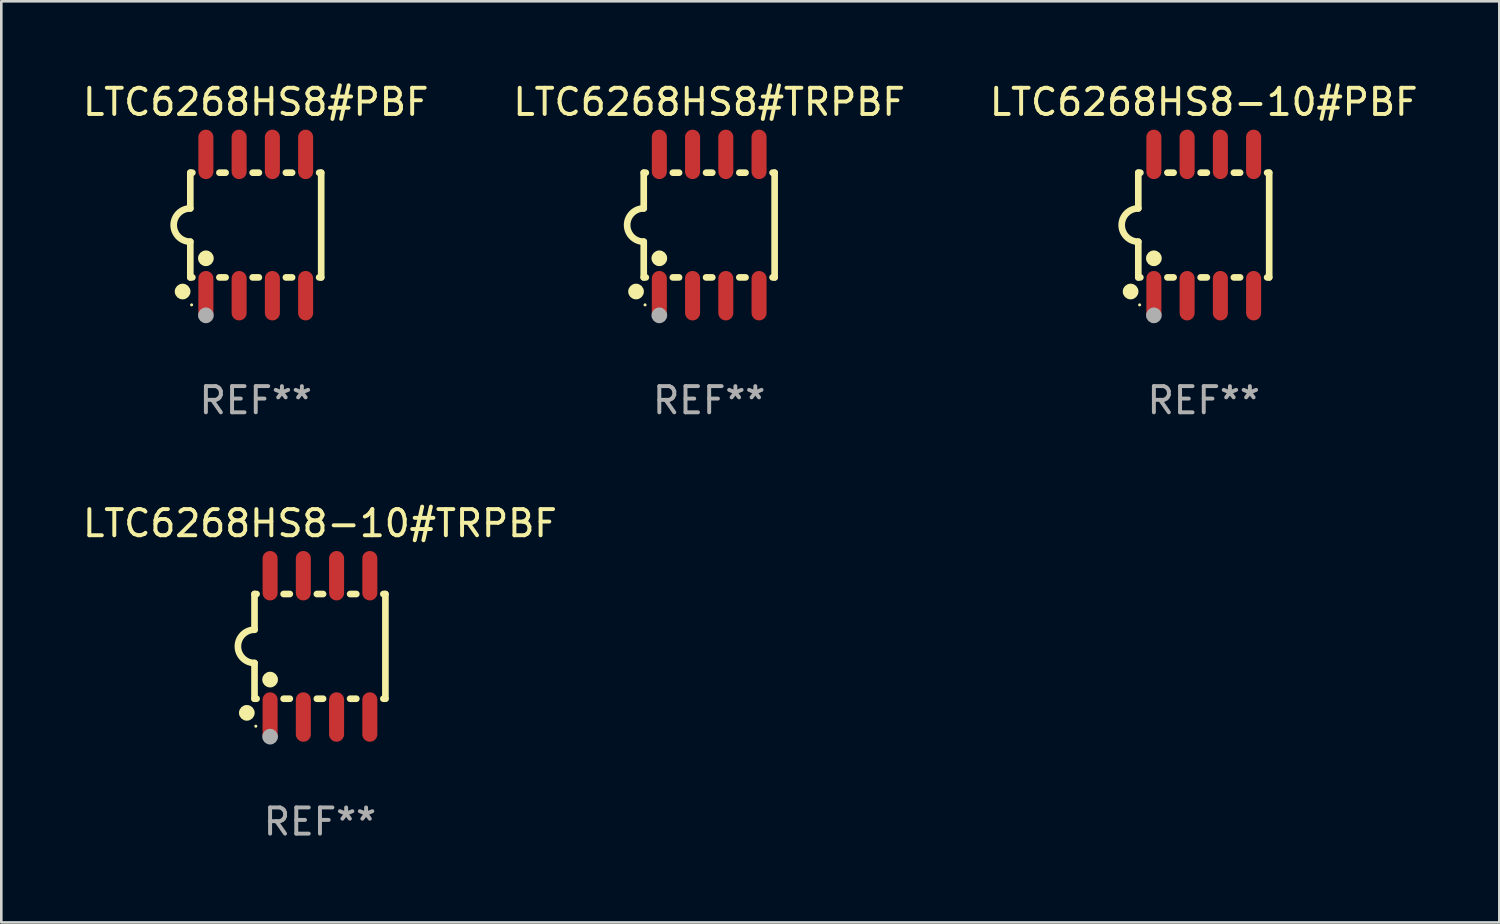
<source format=kicad_pcb>
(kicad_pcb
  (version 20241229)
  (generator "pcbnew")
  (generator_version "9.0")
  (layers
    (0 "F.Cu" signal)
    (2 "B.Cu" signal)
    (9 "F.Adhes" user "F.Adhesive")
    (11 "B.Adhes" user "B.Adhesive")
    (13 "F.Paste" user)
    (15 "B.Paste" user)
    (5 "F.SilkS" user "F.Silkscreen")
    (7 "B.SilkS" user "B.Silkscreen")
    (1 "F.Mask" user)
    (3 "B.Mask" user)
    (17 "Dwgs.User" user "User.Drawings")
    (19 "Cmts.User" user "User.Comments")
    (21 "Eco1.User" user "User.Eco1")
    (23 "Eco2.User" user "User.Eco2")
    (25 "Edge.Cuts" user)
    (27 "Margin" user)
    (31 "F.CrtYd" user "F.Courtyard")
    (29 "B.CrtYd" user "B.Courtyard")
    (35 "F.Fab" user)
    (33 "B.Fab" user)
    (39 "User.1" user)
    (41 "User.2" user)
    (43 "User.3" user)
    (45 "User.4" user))
  (footprint "LTC6268HS8#TRPBF"
    (layer "F.Cu")
    (at 24.042 5.547)
    (property "Reference" "LTC6268HS8#TRPBF" (at 0 -4.699 0) (layer "F.SilkS") (effects (font (size 1 1) (thickness 0.15))))
    (attr through_hole)
    (fp_line (start -2.5 -2) (end -2.5 -0.635) (stroke (width 0.254) (type solid)) (layer "F.SilkS"))
    (fp_line (start -2.5 -2) (end -2.421 -2) (stroke (width 0.254) (type solid)) (layer "F.SilkS"))
    (fp_line (start -2.5 2) (end -2.5 0.635) (stroke (width 0.254) (type solid)) (layer "F.SilkS"))
    (fp_line (start -2.5 2) (end -2.421 2) (stroke (width 0.254) (type solid)) (layer "F.SilkS"))
    (fp_line (start -1.389 -2) (end -1.151 -2) (stroke (width 0.254) (type solid)) (layer "F.SilkS"))
    (fp_line (start -1.389 2) (end -1.151 2) (stroke (width 0.254) (type solid)) (layer "F.SilkS"))
    (fp_line (start -0.119 -2) (end 0.119 -2) (stroke (width 0.254) (type solid)) (layer "F.SilkS"))
    (fp_line (start -0.119 2) (end 0.119 2) (stroke (width 0.254) (type solid)) (layer "F.SilkS"))
    (fp_line (start 1.151 -2) (end 1.389 -2) (stroke (width 0.254) (type solid)) (layer "F.SilkS"))
    (fp_line (start 1.151 2) (end 1.389 2) (stroke (width 0.254) (type solid)) (layer "F.SilkS"))
    (fp_line (start 2.421 -2) (end 2.5 -2) (stroke (width 0.254) (type solid)) (layer "F.SilkS"))
    (fp_line (start 2.421 2) (end 2.5 2) (stroke (width 0.254) (type solid)) (layer "F.SilkS"))
    (fp_line (start 2.5 -2) (end 2.5 2) (stroke (width 0.254) (type solid)) (layer "F.SilkS"))
    (fp_arc (start -2.5 0.635001) (mid -3.134366 -0.000318) (end -2.499365 -0.635001) (stroke (width 0.254001) (type solid)) (layer "F.SilkS"))
    (fp_circle (center -2.794 2.54) (end -2.644 2.54) (stroke (width 0.3) (type solid)) (fill no) (layer "F.SilkS"))
    (fp_circle (center -2.45 3.05) (end -2.42 3.05) (stroke (width 0.06) (type solid)) (fill no) (layer "F.SilkS"))
    (fp_circle (center -1.905 1.27) (end -1.755 1.27) (stroke (width 0.3) (type solid)) (fill no) (layer "F.SilkS"))
    (fp_circle (center -1.905 3.45) (end -1.755 3.45) (stroke (width 0.3) (type solid)) (fill no) (layer "F.Fab"))
    (fp_text user "REF**" (at 0 6.699 0) (layer "F.Fab") (effects (font (size 1 1) (thickness 0.15))))
    (pad "1" smd oval (at -1.905 2.699) (size 0.574 1.888) (layers "F.Cu" "F.Mask" "F.Paste"))
    (pad "2" smd oval (at -0.635 2.699) (size 0.574 1.888) (layers "F.Cu" "F.Mask" "F.Paste"))
    (pad "3" smd oval (at 0.635 2.699) (size 0.574 1.888) (layers "F.Cu" "F.Mask" "F.Paste"))
    (pad "4" smd oval (at 1.905 2.699) (size 0.574 1.888) (layers "F.Cu" "F.Mask" "F.Paste"))
    (pad "5" smd oval (at 1.905 -2.699) (size 0.574 1.888) (layers "F.Cu" "F.Mask" "F.Paste"))
    (pad "6" smd oval (at 0.635 -2.699) (size 0.574 1.888) (layers "F.Cu" "F.Mask" "F.Paste"))
    (pad "7" smd oval (at -0.635 -2.699) (size 0.574 1.888) (layers "F.Cu" "F.Mask" "F.Paste"))
    (pad "8" smd oval (at -1.905 -2.699) (size 0.574 1.888) (layers "F.Cu" "F.Mask" "F.Paste")))
  (footprint "LTC6268HS8#PBF"
    (layer "F.Cu")
    (at 6.72 5.547)
    (property "Reference" "LTC6268HS8#PBF" (at 0 -4.699 0) (layer "F.SilkS") (effects (font (size 1 1) (thickness 0.15))))
    (attr through_hole)
    (fp_line (start -2.5 -2) (end -2.5 -0.635) (stroke (width 0.254) (type solid)) (layer "F.SilkS"))
    (fp_line (start -2.5 -2) (end -2.421 -2) (stroke (width 0.254) (type solid)) (layer "F.SilkS"))
    (fp_line (start -2.5 2) (end -2.5 0.635) (stroke (width 0.254) (type solid)) (layer "F.SilkS"))
    (fp_line (start -2.5 2) (end -2.421 2) (stroke (width 0.254) (type solid)) (layer "F.SilkS"))
    (fp_line (start -1.389 -2) (end -1.151 -2) (stroke (width 0.254) (type solid)) (layer "F.SilkS"))
    (fp_line (start -1.389 2) (end -1.151 2) (stroke (width 0.254) (type solid)) (layer "F.SilkS"))
    (fp_line (start -0.119 -2) (end 0.119 -2) (stroke (width 0.254) (type solid)) (layer "F.SilkS"))
    (fp_line (start -0.119 2) (end 0.119 2) (stroke (width 0.254) (type solid)) (layer "F.SilkS"))
    (fp_line (start 1.151 -2) (end 1.389 -2) (stroke (width 0.254) (type solid)) (layer "F.SilkS"))
    (fp_line (start 1.151 2) (end 1.389 2) (stroke (width 0.254) (type solid)) (layer "F.SilkS"))
    (fp_line (start 2.421 -2) (end 2.5 -2) (stroke (width 0.254) (type solid)) (layer "F.SilkS"))
    (fp_line (start 2.421 2) (end 2.5 2) (stroke (width 0.254) (type solid)) (layer "F.SilkS"))
    (fp_line (start 2.5 -2) (end 2.5 2) (stroke (width 0.254) (type solid)) (layer "F.SilkS"))
    (fp_arc (start -2.5 0.635001) (mid -3.134366 -0.000318) (end -2.499365 -0.635001) (stroke (width 0.254001) (type solid)) (layer "F.SilkS"))
    (fp_circle (center -2.794 2.54) (end -2.644 2.54) (stroke (width 0.3) (type solid)) (fill no) (layer "F.SilkS"))
    (fp_circle (center -2.45 3.05) (end -2.42 3.05) (stroke (width 0.06) (type solid)) (fill no) (layer "F.SilkS"))
    (fp_circle (center -1.905 1.27) (end -1.755 1.27) (stroke (width 0.3) (type solid)) (fill no) (layer "F.SilkS"))
    (fp_circle (center -1.905 3.45) (end -1.755 3.45) (stroke (width 0.3) (type solid)) (fill no) (layer "F.Fab"))
    (fp_text user "REF**" (at 0 6.699 0) (layer "F.Fab") (effects (font (size 1 1) (thickness 0.15))))
    (pad "1" smd oval (at -1.905 2.699) (size 0.574 1.888) (layers "F.Cu" "F.Mask" "F.Paste"))
    (pad "2" smd oval (at -0.635 2.699) (size 0.574 1.888) (layers "F.Cu" "F.Mask" "F.Paste"))
    (pad "3" smd oval (at 0.635 2.699) (size 0.574 1.888) (layers "F.Cu" "F.Mask" "F.Paste"))
    (pad "4" smd oval (at 1.905 2.699) (size 0.574 1.888) (layers "F.Cu" "F.Mask" "F.Paste"))
    (pad "5" smd oval (at 1.905 -2.699) (size 0.574 1.888) (layers "F.Cu" "F.Mask" "F.Paste"))
    (pad "6" smd oval (at 0.635 -2.699) (size 0.574 1.888) (layers "F.Cu" "F.Mask" "F.Paste"))
    (pad "7" smd oval (at -0.635 -2.699) (size 0.574 1.888) (layers "F.Cu" "F.Mask" "F.Paste"))
    (pad "8" smd oval (at -1.905 -2.699) (size 0.574 1.888) (layers "F.Cu" "F.Mask" "F.Paste")))
  (footprint "LTC6268HS8-10#TRPBF"
    (layer "F.Cu")
    (at 9.173 21.642)
    (property "Reference" "LTC6268HS8-10#TRPBF" (at 0 -4.699 0) (layer "F.SilkS") (effects (font (size 1 1) (thickness 0.15))))
    (attr through_hole)
    (fp_line (start -2.5 -2) (end -2.5 -0.635) (stroke (width 0.254) (type solid)) (layer "F.SilkS"))
    (fp_line (start -2.5 -2) (end -2.421 -2) (stroke (width 0.254) (type solid)) (layer "F.SilkS"))
    (fp_line (start -2.5 2) (end -2.5 0.635) (stroke (width 0.254) (type solid)) (layer "F.SilkS"))
    (fp_line (start -2.5 2) (end -2.421 2) (stroke (width 0.254) (type solid)) (layer "F.SilkS"))
    (fp_line (start -1.389 -2) (end -1.151 -2) (stroke (width 0.254) (type solid)) (layer "F.SilkS"))
    (fp_line (start -1.389 2) (end -1.151 2) (stroke (width 0.254) (type solid)) (layer "F.SilkS"))
    (fp_line (start -0.119 -2) (end 0.119 -2) (stroke (width 0.254) (type solid)) (layer "F.SilkS"))
    (fp_line (start -0.119 2) (end 0.119 2) (stroke (width 0.254) (type solid)) (layer "F.SilkS"))
    (fp_line (start 1.151 -2) (end 1.389 -2) (stroke (width 0.254) (type solid)) (layer "F.SilkS"))
    (fp_line (start 1.151 2) (end 1.389 2) (stroke (width 0.254) (type solid)) (layer "F.SilkS"))
    (fp_line (start 2.421 -2) (end 2.5 -2) (stroke (width 0.254) (type solid)) (layer "F.SilkS"))
    (fp_line (start 2.421 2) (end 2.5 2) (stroke (width 0.254) (type solid)) (layer "F.SilkS"))
    (fp_line (start 2.5 -2) (end 2.5 2) (stroke (width 0.254) (type solid)) (layer "F.SilkS"))
    (fp_arc (start -2.5 0.635001) (mid -3.134366 -0.000318) (end -2.499365 -0.635001) (stroke (width 0.254001) (type solid)) (layer "F.SilkS"))
    (fp_circle (center -2.794 2.54) (end -2.644 2.54) (stroke (width 0.3) (type solid)) (fill no) (layer "F.SilkS"))
    (fp_circle (center -2.45 3.05) (end -2.42 3.05) (stroke (width 0.06) (type solid)) (fill no) (layer "F.SilkS"))
    (fp_circle (center -1.905 1.27) (end -1.755 1.27) (stroke (width 0.3) (type solid)) (fill no) (layer "F.SilkS"))
    (fp_circle (center -1.905 3.45) (end -1.755 3.45) (stroke (width 0.3) (type solid)) (fill no) (layer "F.Fab"))
    (fp_text user "REF**" (at 0 6.699 0) (layer "F.Fab") (effects (font (size 1 1) (thickness 0.15))))
    (pad "1" smd oval (at -1.905 2.699) (size 0.574 1.888) (layers "F.Cu" "F.Mask" "F.Paste"))
    (pad "2" smd oval (at -0.635 2.699) (size 0.574 1.888) (layers "F.Cu" "F.Mask" "F.Paste"))
    (pad "3" smd oval (at 0.635 2.699) (size 0.574 1.888) (layers "F.Cu" "F.Mask" "F.Paste"))
    (pad "4" smd oval (at 1.905 2.699) (size 0.574 1.888) (layers "F.Cu" "F.Mask" "F.Paste"))
    (pad "5" smd oval (at 1.905 -2.699) (size 0.574 1.888) (layers "F.Cu" "F.Mask" "F.Paste"))
    (pad "6" smd oval (at 0.635 -2.699) (size 0.574 1.888) (layers "F.Cu" "F.Mask" "F.Paste"))
    (pad "7" smd oval (at -0.635 -2.699) (size 0.574 1.888) (layers "F.Cu" "F.Mask" "F.Paste"))
    (pad "8" smd oval (at -1.905 -2.699) (size 0.574 1.888) (layers "F.Cu" "F.Mask" "F.Paste")))
  (footprint "LTC6268HS8-10#PBF"
    (layer "F.Cu")
    (at 42.935 5.547)
    (property "Reference" "LTC6268HS8-10#PBF" (at 0 -4.699 0) (layer "F.SilkS") (effects (font (size 1 1) (thickness 0.15))))
    (attr through_hole)
    (fp_line (start -2.5 -2) (end -2.5 -0.635) (stroke (width 0.254) (type solid)) (layer "F.SilkS"))
    (fp_line (start -2.5 -2) (end -2.421 -2) (stroke (width 0.254) (type solid)) (layer "F.SilkS"))
    (fp_line (start -2.5 2) (end -2.5 0.635) (stroke (width 0.254) (type solid)) (layer "F.SilkS"))
    (fp_line (start -2.5 2) (end -2.421 2) (stroke (width 0.254) (type solid)) (layer "F.SilkS"))
    (fp_line (start -1.389 -2) (end -1.151 -2) (stroke (width 0.254) (type solid)) (layer "F.SilkS"))
    (fp_line (start -1.389 2) (end -1.151 2) (stroke (width 0.254) (type solid)) (layer "F.SilkS"))
    (fp_line (start -0.119 -2) (end 0.119 -2) (stroke (width 0.254) (type solid)) (layer "F.SilkS"))
    (fp_line (start -0.119 2) (end 0.119 2) (stroke (width 0.254) (type solid)) (layer "F.SilkS"))
    (fp_line (start 1.151 -2) (end 1.389 -2) (stroke (width 0.254) (type solid)) (layer "F.SilkS"))
    (fp_line (start 1.151 2) (end 1.389 2) (stroke (width 0.254) (type solid)) (layer "F.SilkS"))
    (fp_line (start 2.421 -2) (end 2.5 -2) (stroke (width 0.254) (type solid)) (layer "F.SilkS"))
    (fp_line (start 2.421 2) (end 2.5 2) (stroke (width 0.254) (type solid)) (layer "F.SilkS"))
    (fp_line (start 2.5 -2) (end 2.5 2) (stroke (width 0.254) (type solid)) (layer "F.SilkS"))
    (fp_arc (start -2.5 0.635001) (mid -3.134366 -0.000318) (end -2.499365 -0.635001) (stroke (width 0.254001) (type solid)) (layer "F.SilkS"))
    (fp_circle (center -2.794 2.54) (end -2.644 2.54) (stroke (width 0.3) (type solid)) (fill no) (layer "F.SilkS"))
    (fp_circle (center -2.45 3.05) (end -2.42 3.05) (stroke (width 0.06) (type solid)) (fill no) (layer "F.SilkS"))
    (fp_circle (center -1.905 1.27) (end -1.755 1.27) (stroke (width 0.3) (type solid)) (fill no) (layer "F.SilkS"))
    (fp_circle (center -1.905 3.45) (end -1.755 3.45) (stroke (width 0.3) (type solid)) (fill no) (layer "F.Fab"))
    (fp_text user "REF**" (at 0 6.699 0) (layer "F.Fab") (effects (font (size 1 1) (thickness 0.15))))
    (pad "1" smd oval (at -1.905 2.699) (size 0.574 1.888) (layers "F.Cu" "F.Mask" "F.Paste"))
    (pad "2" smd oval (at -0.635 2.699) (size 0.574 1.888) (layers "F.Cu" "F.Mask" "F.Paste"))
    (pad "3" smd oval (at 0.635 2.699) (size 0.574 1.888) (layers "F.Cu" "F.Mask" "F.Paste"))
    (pad "4" smd oval (at 1.905 2.699) (size 0.574 1.888) (layers "F.Cu" "F.Mask" "F.Paste"))
    (pad "5" smd oval (at 1.905 -2.699) (size 0.574 1.888) (layers "F.Cu" "F.Mask" "F.Paste"))
    (pad "6" smd oval (at 0.635 -2.699) (size 0.574 1.888) (layers "F.Cu" "F.Mask" "F.Paste"))
    (pad "7" smd oval (at -0.635 -2.699) (size 0.574 1.888) (layers "F.Cu" "F.Mask" "F.Paste"))
    (pad "8" smd oval (at -1.905 -2.699) (size 0.574 1.888) (layers "F.Cu" "F.Mask" "F.Paste")))
  (gr_rect
    (start -3 -3)
    (end 54.226 32.189)
    (stroke (width 0.1) (type default))
    (fill no)
    (layer "Edge.Cuts")))
</source>
